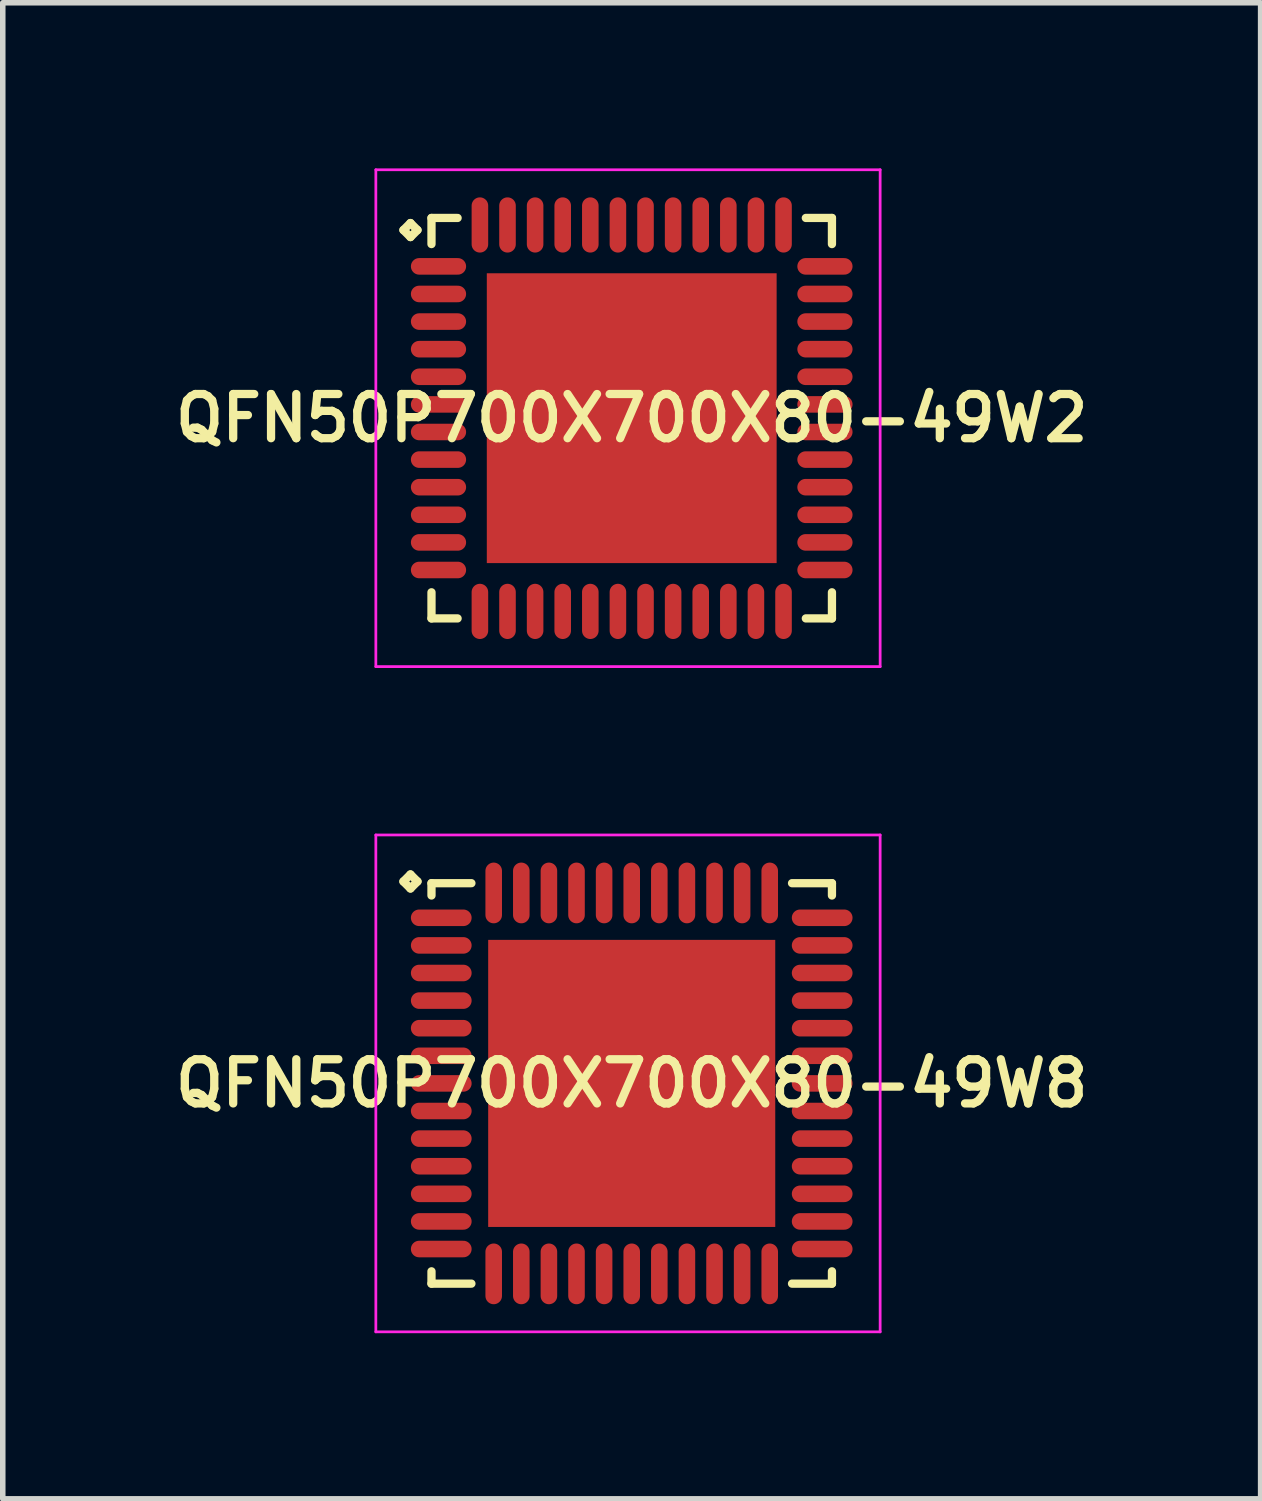
<source format=kicad_pcb>
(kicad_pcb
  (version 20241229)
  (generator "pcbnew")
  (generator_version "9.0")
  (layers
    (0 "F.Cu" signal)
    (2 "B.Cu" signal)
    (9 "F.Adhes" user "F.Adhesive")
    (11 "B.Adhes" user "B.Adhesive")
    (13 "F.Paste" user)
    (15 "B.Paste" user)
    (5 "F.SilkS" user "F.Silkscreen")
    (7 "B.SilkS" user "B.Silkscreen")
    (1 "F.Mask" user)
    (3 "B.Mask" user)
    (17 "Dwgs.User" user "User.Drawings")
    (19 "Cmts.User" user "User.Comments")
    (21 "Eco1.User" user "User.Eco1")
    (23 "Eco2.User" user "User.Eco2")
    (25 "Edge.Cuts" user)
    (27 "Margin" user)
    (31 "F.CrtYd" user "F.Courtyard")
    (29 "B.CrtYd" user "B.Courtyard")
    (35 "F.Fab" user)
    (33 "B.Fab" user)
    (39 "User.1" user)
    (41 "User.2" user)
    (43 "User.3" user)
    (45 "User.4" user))
  (footprint "QFN50P700X700X80-49W2"
    (layer "F.Cu")
    (at 8.393 4.525)
    (property "Reference" "QFN50P700X700X80-49W2" (at 0 0 0) (layer "F.SilkS") (effects (font (size 0.8 0.8) (thickness 0.15))))
    (attr smd)
    (fp_line (start -4.135 -3.408) (end -4.008 -3.535) (stroke (width 0.15) (type solid)) (layer "F.SilkS"))
    (fp_line (start -4.008 -3.535) (end -3.881 -3.408) (stroke (width 0.15) (type solid)) (layer "F.SilkS"))
    (fp_line (start -4.008 -3.281) (end -4.135 -3.408) (stroke (width 0.15) (type solid)) (layer "F.SilkS"))
    (fp_line (start -3.881 -3.408) (end -4.008 -3.281) (stroke (width 0.15) (type solid)) (layer "F.SilkS"))
    (fp_line (start -3.627 -3.627) (end -3.154 -3.627) (stroke (width 0.15) (type solid)) (layer "F.SilkS"))
    (fp_line (start -3.627 -3.154) (end -3.627 -3.627) (stroke (width 0.15) (type solid)) (layer "F.SilkS"))
    (fp_line (start -3.627 3.154) (end -3.627 3.627) (stroke (width 0.15) (type solid)) (layer "F.SilkS"))
    (fp_line (start -3.627 3.627) (end -3.154 3.627) (stroke (width 0.15) (type solid)) (layer "F.SilkS"))
    (fp_line (start 3.154 -3.627) (end 3.627 -3.627) (stroke (width 0.15) (type solid)) (layer "F.SilkS"))
    (fp_line (start 3.154 3.627) (end 3.627 3.627) (stroke (width 0.15) (type solid)) (layer "F.SilkS"))
    (fp_line (start 3.627 -3.627) (end 3.627 -3.154) (stroke (width 0.15) (type solid)) (layer "F.SilkS"))
    (fp_line (start 3.627 3.627) (end 3.627 3.154) (stroke (width 0.15) (type solid)) (layer "F.SilkS"))
    (fp_line (start -4.635 -4.5) (end 4.5 -4.5) (stroke (width 0.05) (type solid)) (layer "F.CrtYd"))
    (fp_line (start -4.635 4.5) (end -4.635 -4.5) (stroke (width 0.05) (type solid)) (layer "F.CrtYd"))
    (fp_line (start 4.5 -4.5) (end 4.5 4.5) (stroke (width 0.05) (type solid)) (layer "F.CrtYd"))
    (fp_line (start 4.5 4.5) (end -4.635 4.5) (stroke (width 0.05) (type solid)) (layer "F.CrtYd"))
    (pad "1" smd oval (at -3.5 -2.75) (size 1 0.3) (layers "F.Cu" "F.Mask" "F.Paste"))
    (pad "2" smd oval (at -3.5 -2.25) (size 1 0.3) (layers "F.Cu" "F.Mask" "F.Paste"))
    (pad "3" smd oval (at -3.5 -1.75) (size 1 0.3) (layers "F.Cu" "F.Mask" "F.Paste"))
    (pad "4" smd oval (at -3.5 -1.25) (size 1 0.3) (layers "F.Cu" "F.Mask" "F.Paste"))
    (pad "5" smd oval (at -3.5 -0.75) (size 1 0.3) (layers "F.Cu" "F.Mask" "F.Paste"))
    (pad "6" smd oval (at -3.5 -0.25) (size 1 0.3) (layers "F.Cu" "F.Mask" "F.Paste"))
    (pad "7" smd oval (at -3.5 0.25) (size 1 0.3) (layers "F.Cu" "F.Mask" "F.Paste"))
    (pad "8" smd oval (at -3.5 0.75) (size 1 0.3) (layers "F.Cu" "F.Mask" "F.Paste"))
    (pad "9" smd oval (at -3.5 1.25) (size 1 0.3) (layers "F.Cu" "F.Mask" "F.Paste"))
    (pad "10" smd oval (at -3.5 1.75) (size 1 0.3) (layers "F.Cu" "F.Mask" "F.Paste"))
    (pad "11" smd oval (at -3.5 2.25) (size 1 0.3) (layers "F.Cu" "F.Mask" "F.Paste"))
    (pad "12" smd oval (at -3.5 2.75) (size 1 0.3) (layers "F.Cu" "F.Mask" "F.Paste"))
    (pad "13" smd oval (at -2.75 3.5) (size 0.3 1) (layers "F.Cu" "F.Mask" "F.Paste"))
    (pad "14" smd oval (at -2.25 3.5) (size 0.3 1) (layers "F.Cu" "F.Mask" "F.Paste"))
    (pad "15" smd oval (at -1.75 3.5) (size 0.3 1) (layers "F.Cu" "F.Mask" "F.Paste"))
    (pad "16" smd oval (at -1.25 3.5) (size 0.3 1) (layers "F.Cu" "F.Mask" "F.Paste"))
    (pad "17" smd oval (at -0.75 3.5) (size 0.3 1) (layers "F.Cu" "F.Mask" "F.Paste"))
    (pad "18" smd oval (at -0.25 3.5) (size 0.3 1) (layers "F.Cu" "F.Mask" "F.Paste"))
    (pad "19" smd oval (at 0.25 3.5) (size 0.3 1) (layers "F.Cu" "F.Mask" "F.Paste"))
    (pad "20" smd oval (at 0.75 3.5) (size 0.3 1) (layers "F.Cu" "F.Mask" "F.Paste"))
    (pad "21" smd oval (at 1.25 3.5) (size 0.3 1) (layers "F.Cu" "F.Mask" "F.Paste"))
    (pad "22" smd oval (at 1.75 3.5) (size 0.3 1) (layers "F.Cu" "F.Mask" "F.Paste"))
    (pad "23" smd oval (at 2.25 3.5) (size 0.3 1) (layers "F.Cu" "F.Mask" "F.Paste"))
    (pad "24" smd oval (at 2.75 3.5) (size 0.3 1) (layers "F.Cu" "F.Mask" "F.Paste"))
    (pad "25" smd oval (at 3.5 2.75) (size 1 0.3) (layers "F.Cu" "F.Mask" "F.Paste"))
    (pad "26" smd oval (at 3.5 2.25) (size 1 0.3) (layers "F.Cu" "F.Mask" "F.Paste"))
    (pad "27" smd oval (at 3.5 1.75) (size 1 0.3) (layers "F.Cu" "F.Mask" "F.Paste"))
    (pad "28" smd oval (at 3.5 1.25) (size 1 0.3) (layers "F.Cu" "F.Mask" "F.Paste"))
    (pad "29" smd oval (at 3.5 0.75) (size 1 0.3) (layers "F.Cu" "F.Mask" "F.Paste"))
    (pad "30" smd oval (at 3.5 0.25) (size 1 0.3) (layers "F.Cu" "F.Mask" "F.Paste"))
    (pad "31" smd oval (at 3.5 -0.25) (size 1 0.3) (layers "F.Cu" "F.Mask" "F.Paste"))
    (pad "32" smd oval (at 3.5 -0.75) (size 1 0.3) (layers "F.Cu" "F.Mask" "F.Paste"))
    (pad "33" smd oval (at 3.5 -1.25) (size 1 0.3) (layers "F.Cu" "F.Mask" "F.Paste"))
    (pad "34" smd oval (at 3.5 -1.75) (size 1 0.3) (layers "F.Cu" "F.Mask" "F.Paste"))
    (pad "35" smd oval (at 3.5 -2.25) (size 1 0.3) (layers "F.Cu" "F.Mask" "F.Paste"))
    (pad "36" smd oval (at 3.5 -2.75) (size 1 0.3) (layers "F.Cu" "F.Mask" "F.Paste"))
    (pad "37" smd oval (at 2.75 -3.5) (size 0.3 1) (layers "F.Cu" "F.Mask" "F.Paste"))
    (pad "38" smd oval (at 2.25 -3.5) (size 0.3 1) (layers "F.Cu" "F.Mask" "F.Paste"))
    (pad "39" smd oval (at 1.75 -3.5) (size 0.3 1) (layers "F.Cu" "F.Mask" "F.Paste"))
    (pad "40" smd oval (at 1.25 -3.5) (size 0.3 1) (layers "F.Cu" "F.Mask" "F.Paste"))
    (pad "41" smd oval (at 0.75 -3.5) (size 0.3 1) (layers "F.Cu" "F.Mask" "F.Paste"))
    (pad "42" smd oval (at 0.25 -3.5) (size 0.3 1) (layers "F.Cu" "F.Mask" "F.Paste"))
    (pad "43" smd oval (at -0.25 -3.5) (size 0.3 1) (layers "F.Cu" "F.Mask" "F.Paste"))
    (pad "44" smd oval (at -0.75 -3.5) (size 0.3 1) (layers "F.Cu" "F.Mask" "F.Paste"))
    (pad "45" smd oval (at -1.25 -3.5) (size 0.3 1) (layers "F.Cu" "F.Mask" "F.Paste"))
    (pad "46" smd oval (at -1.75 -3.5) (size 0.3 1) (layers "F.Cu" "F.Mask" "F.Paste"))
    (pad "47" smd oval (at -2.25 -3.5) (size 0.3 1) (layers "F.Cu" "F.Mask" "F.Paste"))
    (pad "48" smd oval (at -2.75 -3.5) (size 0.3 1) (layers "F.Cu" "F.Mask" "F.Paste"))
    (pad "49" smd rect (at 0 0) (size 5.25 5.25) (layers "F.Cu" "F.Mask" "F.Paste")))
  (footprint "QFN50P700X700X80-49W8"
    (layer "F.Cu")
    (at 8.393 16.575)
    (property "Reference" "QFN50P700X700X80-49W8" (at 0 0 0) (layer "F.SilkS") (effects (font (size 0.8 0.8) (thickness 0.15))))
    (attr smd)
    (fp_line (start -4.135 -3.658) (end -4.008 -3.785) (stroke (width 0.15) (type solid)) (layer "F.SilkS"))
    (fp_line (start -4.008 -3.785) (end -3.881 -3.658) (stroke (width 0.15) (type solid)) (layer "F.SilkS"))
    (fp_line (start -4.008 -3.531) (end -4.135 -3.658) (stroke (width 0.15) (type solid)) (layer "F.SilkS"))
    (fp_line (start -3.881 -3.658) (end -4.008 -3.531) (stroke (width 0.15) (type solid)) (layer "F.SilkS"))
    (fp_line (start -3.627 -3.627) (end -2.904 -3.627) (stroke (width 0.15) (type solid)) (layer "F.SilkS"))
    (fp_line (start -3.627 -3.404) (end -3.627 -3.627) (stroke (width 0.15) (type solid)) (layer "F.SilkS"))
    (fp_line (start -3.627 3.404) (end -3.627 3.627) (stroke (width 0.15) (type solid)) (layer "F.SilkS"))
    (fp_line (start -3.627 3.627) (end -2.904 3.627) (stroke (width 0.15) (type solid)) (layer "F.SilkS"))
    (fp_line (start 2.904 -3.627) (end 3.627 -3.627) (stroke (width 0.15) (type solid)) (layer "F.SilkS"))
    (fp_line (start 2.904 3.627) (end 3.627 3.627) (stroke (width 0.15) (type solid)) (layer "F.SilkS"))
    (fp_line (start 3.627 -3.627) (end 3.627 -3.404) (stroke (width 0.15) (type solid)) (layer "F.SilkS"))
    (fp_line (start 3.627 3.627) (end 3.627 3.404) (stroke (width 0.15) (type solid)) (layer "F.SilkS"))
    (fp_line (start -4.635 -4.5) (end 4.5 -4.5) (stroke (width 0.05) (type solid)) (layer "F.CrtYd"))
    (fp_line (start -4.635 4.5) (end -4.635 -4.5) (stroke (width 0.05) (type solid)) (layer "F.CrtYd"))
    (fp_line (start 4.5 -4.5) (end 4.5 4.5) (stroke (width 0.05) (type solid)) (layer "F.CrtYd"))
    (fp_line (start 4.5 4.5) (end -4.635 4.5) (stroke (width 0.05) (type solid)) (layer "F.CrtYd"))
    (pad "1" smd oval (at -3.45 -3) (size 1.1 0.3) (layers "F.Cu" "F.Mask" "F.Paste"))
    (pad "2" smd oval (at -3.45 -2.5) (size 1.1 0.3) (layers "F.Cu" "F.Mask" "F.Paste"))
    (pad "3" smd oval (at -3.45 -2) (size 1.1 0.3) (layers "F.Cu" "F.Mask" "F.Paste"))
    (pad "4" smd oval (at -3.45 -1.5) (size 1.1 0.3) (layers "F.Cu" "F.Mask" "F.Paste"))
    (pad "5" smd oval (at -3.45 -1) (size 1.1 0.3) (layers "F.Cu" "F.Mask" "F.Paste"))
    (pad "6" smd oval (at -3.45 -0.5) (size 1.1 0.3) (layers "F.Cu" "F.Mask" "F.Paste"))
    (pad "7" smd oval (at -3.45 0) (size 1.1 0.3) (layers "F.Cu" "F.Mask" "F.Paste"))
    (pad "8" smd oval (at -3.45 0.5) (size 1.1 0.3) (layers "F.Cu" "F.Mask" "F.Paste"))
    (pad "9" smd oval (at -3.45 1) (size 1.1 0.3) (layers "F.Cu" "F.Mask" "F.Paste"))
    (pad "10" smd oval (at -3.45 1.5) (size 1.1 0.3) (layers "F.Cu" "F.Mask" "F.Paste"))
    (pad "11" smd oval (at -3.45 2) (size 1.1 0.3) (layers "F.Cu" "F.Mask" "F.Paste"))
    (pad "12" smd oval (at -3.45 2.5) (size 1.1 0.3) (layers "F.Cu" "F.Mask" "F.Paste"))
    (pad "13" smd oval (at -3.45 3) (size 1.1 0.3) (layers "F.Cu" "F.Mask" "F.Paste"))
    (pad "14" smd oval (at -2.5 3.45) (size 0.3 1.1) (layers "F.Cu" "F.Mask" "F.Paste"))
    (pad "15" smd oval (at -2 3.45) (size 0.3 1.1) (layers "F.Cu" "F.Mask" "F.Paste"))
    (pad "16" smd oval (at -1.5 3.45) (size 0.3 1.1) (layers "F.Cu" "F.Mask" "F.Paste"))
    (pad "17" smd oval (at -1 3.45) (size 0.3 1.1) (layers "F.Cu" "F.Mask" "F.Paste"))
    (pad "18" smd oval (at -0.5 3.45) (size 0.3 1.1) (layers "F.Cu" "F.Mask" "F.Paste"))
    (pad "19" smd oval (at 0 3.45) (size 0.3 1.1) (layers "F.Cu" "F.Mask" "F.Paste"))
    (pad "20" smd oval (at 0.5 3.45) (size 0.3 1.1) (layers "F.Cu" "F.Mask" "F.Paste"))
    (pad "21" smd oval (at 1 3.45) (size 0.3 1.1) (layers "F.Cu" "F.Mask" "F.Paste"))
    (pad "22" smd oval (at 1.5 3.45) (size 0.3 1.1) (layers "F.Cu" "F.Mask" "F.Paste"))
    (pad "23" smd oval (at 2 3.45) (size 0.3 1.1) (layers "F.Cu" "F.Mask" "F.Paste"))
    (pad "24" smd oval (at 2.5 3.45) (size 0.3 1.1) (layers "F.Cu" "F.Mask" "F.Paste"))
    (pad "25" smd oval (at 3.45 3) (size 1.1 0.3) (layers "F.Cu" "F.Mask" "F.Paste"))
    (pad "26" smd oval (at 3.45 2.5) (size 1.1 0.3) (layers "F.Cu" "F.Mask" "F.Paste"))
    (pad "27" smd oval (at 3.45 2) (size 1.1 0.3) (layers "F.Cu" "F.Mask" "F.Paste"))
    (pad "28" smd oval (at 3.45 1.5) (size 1.1 0.3) (layers "F.Cu" "F.Mask" "F.Paste"))
    (pad "29" smd oval (at 3.45 1) (size 1.1 0.3) (layers "F.Cu" "F.Mask" "F.Paste"))
    (pad "30" smd oval (at 3.45 0.5) (size 1.1 0.3) (layers "F.Cu" "F.Mask" "F.Paste"))
    (pad "31" smd oval (at 3.45 0) (size 1.1 0.3) (layers "F.Cu" "F.Mask" "F.Paste"))
    (pad "32" smd oval (at 3.45 -0.5) (size 1.1 0.3) (layers "F.Cu" "F.Mask" "F.Paste"))
    (pad "33" smd oval (at 3.45 -1) (size 1.1 0.3) (layers "F.Cu" "F.Mask" "F.Paste"))
    (pad "34" smd oval (at 3.45 -1.5) (size 1.1 0.3) (layers "F.Cu" "F.Mask" "F.Paste"))
    (pad "35" smd oval (at 3.45 -2) (size 1.1 0.3) (layers "F.Cu" "F.Mask" "F.Paste"))
    (pad "36" smd oval (at 3.45 -2.5) (size 1.1 0.3) (layers "F.Cu" "F.Mask" "F.Paste"))
    (pad "37" smd oval (at 3.45 -3) (size 1.1 0.3) (layers "F.Cu" "F.Mask" "F.Paste"))
    (pad "38" smd oval (at 2.5 -3.45) (size 0.3 1.1) (layers "F.Cu" "F.Mask" "F.Paste"))
    (pad "39" smd oval (at 2 -3.45) (size 0.3 1.1) (layers "F.Cu" "F.Mask" "F.Paste"))
    (pad "40" smd oval (at 1.5 -3.45) (size 0.3 1.1) (layers "F.Cu" "F.Mask" "F.Paste"))
    (pad "41" smd oval (at 1 -3.45) (size 0.3 1.1) (layers "F.Cu" "F.Mask" "F.Paste"))
    (pad "42" smd oval (at 0.5 -3.45) (size 0.3 1.1) (layers "F.Cu" "F.Mask" "F.Paste"))
    (pad "43" smd oval (at 0 -3.45) (size 0.3 1.1) (layers "F.Cu" "F.Mask" "F.Paste"))
    (pad "44" smd oval (at -0.5 -3.45) (size 0.3 1.1) (layers "F.Cu" "F.Mask" "F.Paste"))
    (pad "45" smd oval (at -1 -3.45) (size 0.3 1.1) (layers "F.Cu" "F.Mask" "F.Paste"))
    (pad "46" smd oval (at -1.5 -3.45) (size 0.3 1.1) (layers "F.Cu" "F.Mask" "F.Paste"))
    (pad "47" smd oval (at -2 -3.45) (size 0.3 1.1) (layers "F.Cu" "F.Mask" "F.Paste"))
    (pad "48" smd oval (at -2.5 -3.45) (size 0.3 1.1) (layers "F.Cu" "F.Mask" "F.Paste"))
    (pad "49" smd rect (at 0 0) (size 5.2 5.2) (layers "F.Cu" "F.Mask" "F.Paste")))
  (gr_rect
    (start -3 -3)
    (end 19.785 24.1)
    (stroke (width 0.1) (type default))
    (fill no)
    (layer "Edge.Cuts")))
</source>
